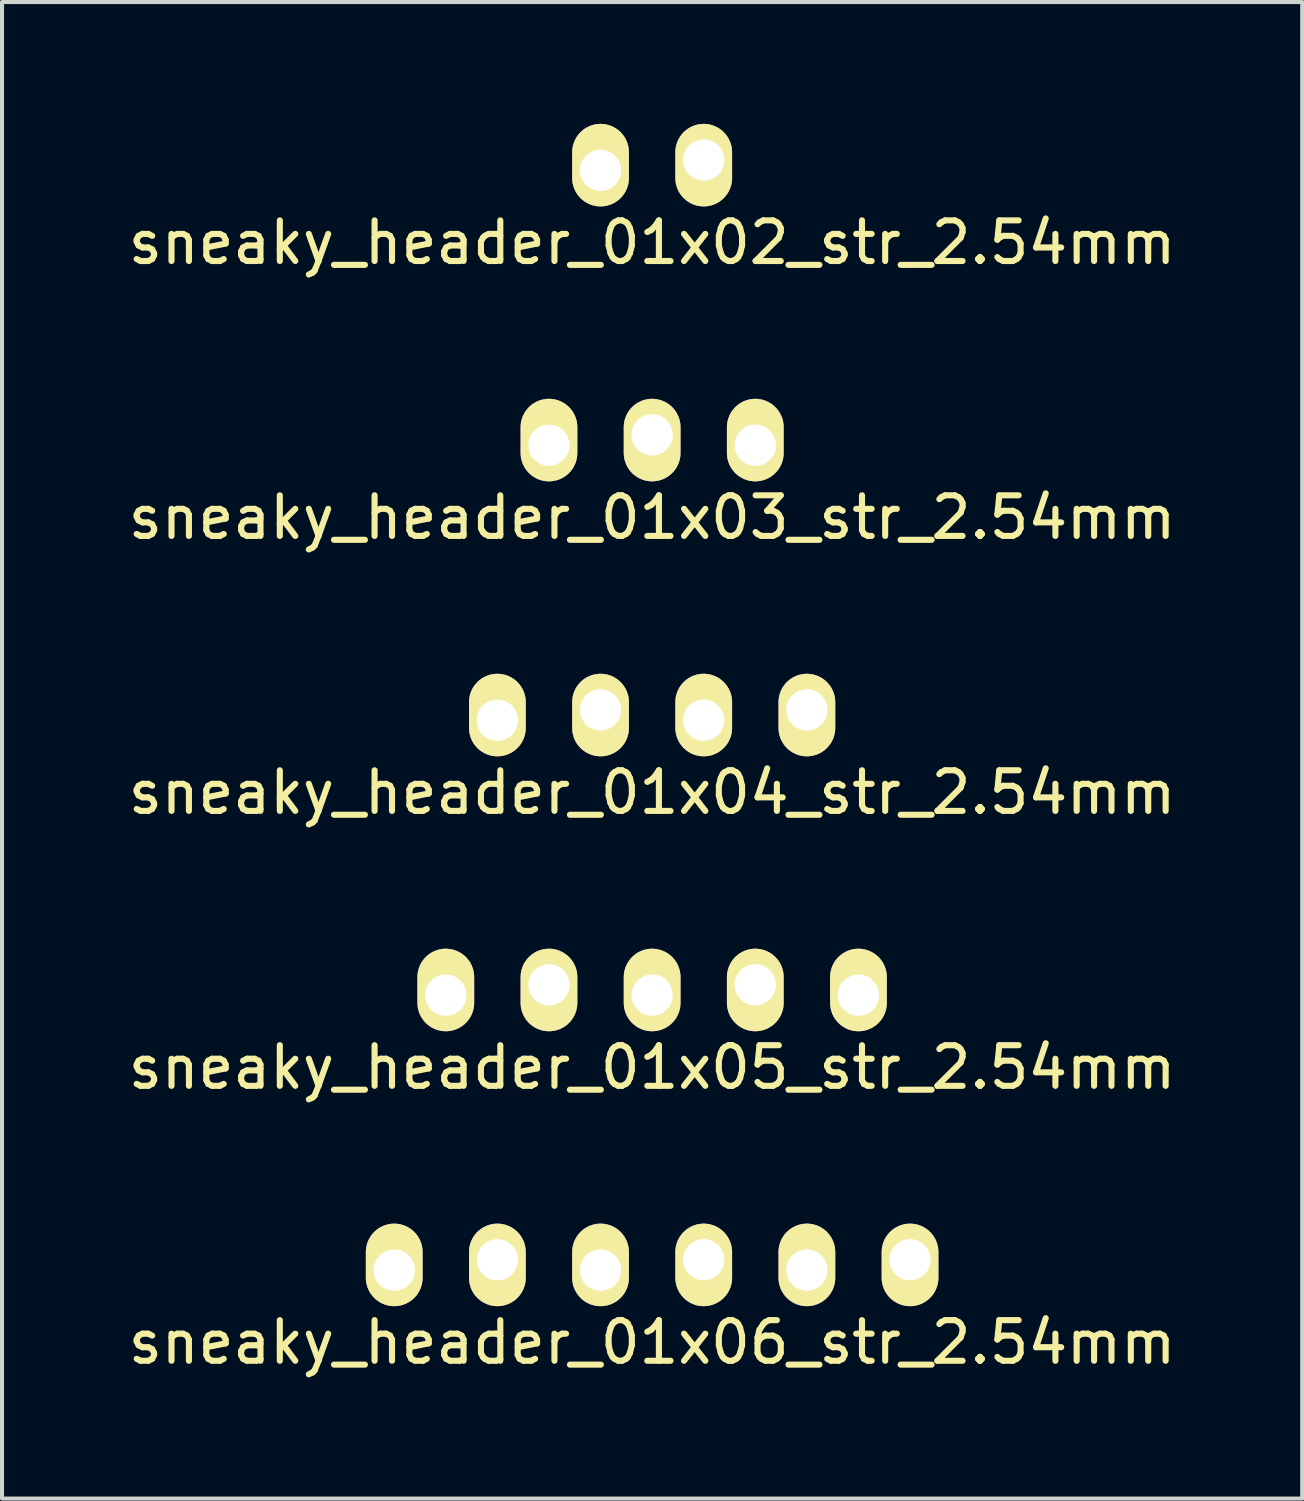
<source format=kicad_pcb>
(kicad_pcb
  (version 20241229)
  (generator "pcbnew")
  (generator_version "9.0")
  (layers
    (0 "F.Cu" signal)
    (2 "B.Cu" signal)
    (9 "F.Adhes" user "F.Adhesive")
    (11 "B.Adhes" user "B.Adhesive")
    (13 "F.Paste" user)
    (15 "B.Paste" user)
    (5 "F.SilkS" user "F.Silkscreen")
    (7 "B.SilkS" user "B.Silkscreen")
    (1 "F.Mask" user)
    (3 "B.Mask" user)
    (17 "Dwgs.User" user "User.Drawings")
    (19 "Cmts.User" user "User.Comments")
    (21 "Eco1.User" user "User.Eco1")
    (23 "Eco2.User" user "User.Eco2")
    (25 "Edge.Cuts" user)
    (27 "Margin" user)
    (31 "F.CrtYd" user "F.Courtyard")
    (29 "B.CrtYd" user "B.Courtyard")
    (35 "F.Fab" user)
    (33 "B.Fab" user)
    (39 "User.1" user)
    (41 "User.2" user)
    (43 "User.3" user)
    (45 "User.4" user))
  (footprint "sneaky_header_01x04_str_2.54mm"
    (layer "F.Cu")
    (at 9.196 14.555)
    (property "Reference" "sneaky_header_01x04_str_2.54mm" (at 3.81 1.905 0) (layer "F.SilkS") (effects (font (size 1 1) (thickness 0.15))))
    (attr through_hole)
    (pad "1" thru_hole oval (at 0 0.127) (size 1.397 2.032) (drill 1.016 (offset 0 -0.127)) (layers "*.Cu" "*.Mask" "F.SilkS"))
    (pad "2" thru_hole oval (at 2.54 -0.127) (size 1.397 2.032) (drill 1.016 (offset 0 0.127)) (layers "*.Cu" "*.Mask" "F.SilkS"))
    (pad "3" thru_hole oval (at 5.08 0.127) (size 1.397 2.032) (drill 1.016 (offset 0 -0.127)) (layers "*.Cu" "*.Mask" "F.SilkS"))
    (pad "4" thru_hole oval (at 7.62 -0.127) (size 1.397 2.032) (drill 1.016 (offset 0 0.127)) (layers "*.Cu" "*.Mask" "F.SilkS")))
  (footprint "sneaky_header_01x06_str_2.54mm"
    (layer "F.Cu")
    (at 6.656 28.093)
    (property "Reference" "sneaky_header_01x06_str_2.54mm" (at 6.35 1.905 0) (layer "F.SilkS") (effects (font (size 1 1) (thickness 0.15))))
    (attr through_hole)
    (pad "1" thru_hole oval (at 0 0.127) (size 1.397 2.032) (drill 1.016 (offset 0 -0.127)) (layers "*.Cu" "*.Mask" "F.SilkS"))
    (pad "2" thru_hole oval (at 2.54 -0.127) (size 1.397 2.032) (drill 1.016 (offset 0 0.127)) (layers "*.Cu" "*.Mask" "F.SilkS"))
    (pad "3" thru_hole oval (at 5.08 0.127) (size 1.397 2.032) (drill 1.016 (offset 0 -0.127)) (layers "*.Cu" "*.Mask" "F.SilkS"))
    (pad "4" thru_hole oval (at 7.62 -0.127) (size 1.397 2.032) (drill 1.016 (offset 0 0.127)) (layers "*.Cu" "*.Mask" "F.SilkS"))
    (pad "5" thru_hole oval (at 10.16 0.127) (size 1.397 2.032) (drill 1.016 (offset 0 -0.127)) (layers "*.Cu" "*.Mask" "F.SilkS"))
    (pad "6" thru_hole oval (at 12.7 -0.127) (size 1.397 2.032) (drill 1.016 (offset 0 0.127)) (layers "*.Cu" "*.Mask" "F.SilkS")))
  (footprint "sneaky_header_01x02_str_2.54mm"
    (layer "F.Cu")
    (at 13.006 1.016)
    (property "Reference" "sneaky_header_01x02_str_2.54mm" (at 0 1.905 0) (layer "F.SilkS") (effects (font (size 1 1) (thickness 0.15))))
    (attr through_hole)
    (pad "1" thru_hole oval (at -1.27 0.127) (size 1.397 2.032) (drill 1.016 (offset 0 -0.127)) (layers "*.Cu" "*.Mask" "F.SilkS"))
    (pad "2" thru_hole oval (at 1.27 -0.127) (size 1.397 2.032) (drill 1.016 (offset 0 0.127)) (layers "*.Cu" "*.Mask" "F.SilkS")))
  (footprint "sneaky_header_01x05_str_2.54mm"
    (layer "F.Cu")
    (at 7.926 21.324)
    (property "Reference" "sneaky_header_01x05_str_2.54mm" (at 5.08 1.905 0) (layer "F.SilkS") (effects (font (size 1 1) (thickness 0.15))))
    (attr through_hole)
    (pad "1" thru_hole oval (at 0 0.127) (size 1.397 2.032) (drill 1.016 (offset 0 -0.127)) (layers "*.Cu" "*.Mask" "F.SilkS"))
    (pad "2" thru_hole oval (at 2.54 -0.127) (size 1.397 2.032) (drill 1.016 (offset 0 0.127)) (layers "*.Cu" "*.Mask" "F.SilkS"))
    (pad "3" thru_hole oval (at 5.08 0.127) (size 1.397 2.032) (drill 1.016 (offset 0 -0.127)) (layers "*.Cu" "*.Mask" "F.SilkS"))
    (pad "4" thru_hole oval (at 7.62 -0.127) (size 1.397 2.032) (drill 1.016 (offset 0 0.127)) (layers "*.Cu" "*.Mask" "F.SilkS"))
    (pad "5" thru_hole oval (at 10.16 0.127) (size 1.397 2.032) (drill 1.016 (offset 0 -0.127)) (layers "*.Cu" "*.Mask" "F.SilkS")))
  (footprint "sneaky_header_01x03_str_2.54mm"
    (layer "F.Cu")
    (at 13.006 7.785)
    (property "Reference" "sneaky_header_01x03_str_2.54mm" (at 0 1.905 0) (layer "F.SilkS") (effects (font (size 1 1) (thickness 0.15))))
    (attr through_hole)
    (pad "1" thru_hole oval (at -2.54 0.127) (size 1.397 2.032) (drill 1.016 (offset 0 -0.127)) (layers "*.Cu" "*.Mask" "F.SilkS"))
    (pad "2" thru_hole oval (at 0 -0.127) (size 1.397 2.032) (drill 1.016 (offset 0 0.127)) (layers "*.Cu" "*.Mask" "F.SilkS"))
    (pad "3" thru_hole oval (at 2.54 0.127) (size 1.397 2.032) (drill 1.016 (offset 0 -0.127)) (layers "*.Cu" "*.Mask" "F.SilkS")))
  (gr_rect
    (start -3 -3)
    (end 29.012 33.846)
    (stroke (width 0.1) (type default))
    (fill no)
    (layer "Edge.Cuts")))
</source>
